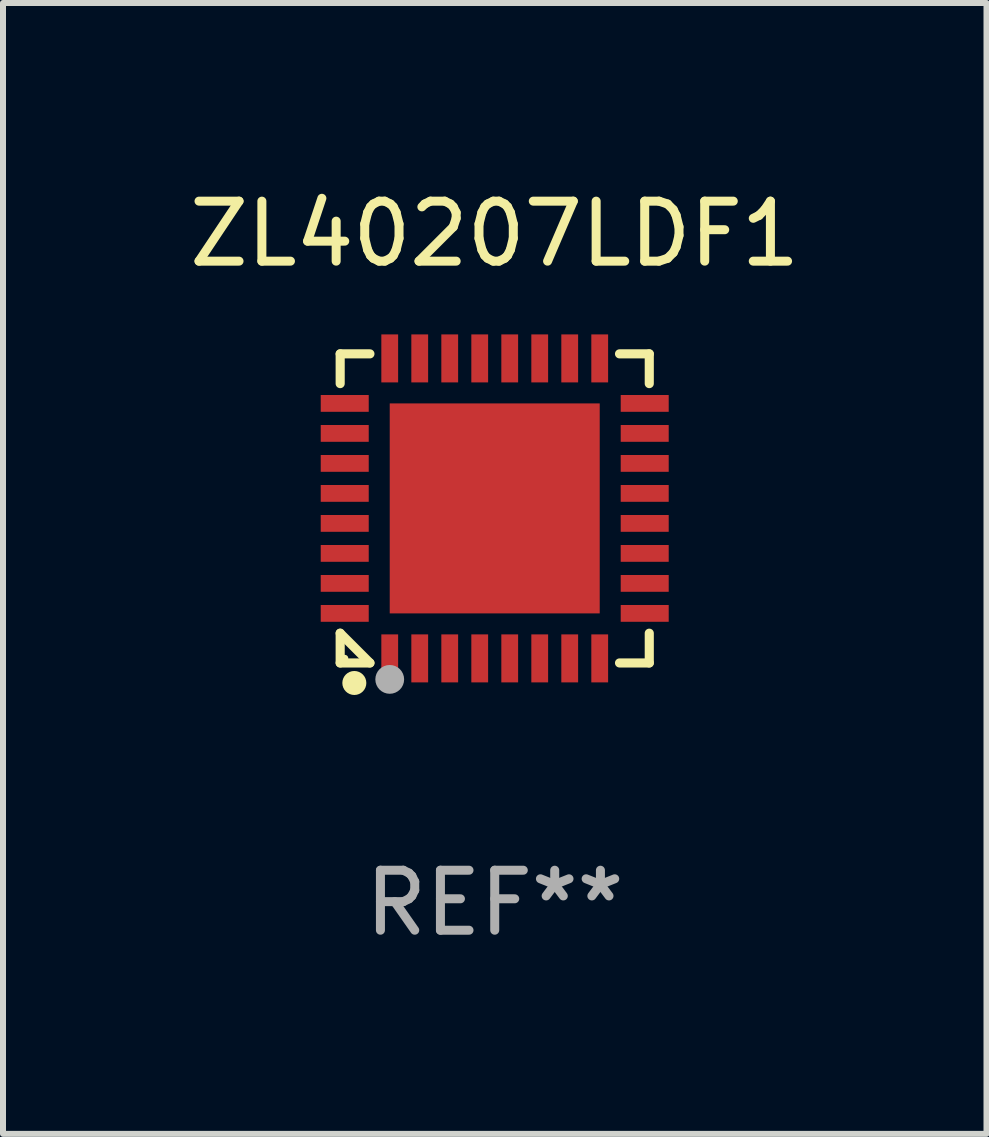
<source format=kicad_pcb>
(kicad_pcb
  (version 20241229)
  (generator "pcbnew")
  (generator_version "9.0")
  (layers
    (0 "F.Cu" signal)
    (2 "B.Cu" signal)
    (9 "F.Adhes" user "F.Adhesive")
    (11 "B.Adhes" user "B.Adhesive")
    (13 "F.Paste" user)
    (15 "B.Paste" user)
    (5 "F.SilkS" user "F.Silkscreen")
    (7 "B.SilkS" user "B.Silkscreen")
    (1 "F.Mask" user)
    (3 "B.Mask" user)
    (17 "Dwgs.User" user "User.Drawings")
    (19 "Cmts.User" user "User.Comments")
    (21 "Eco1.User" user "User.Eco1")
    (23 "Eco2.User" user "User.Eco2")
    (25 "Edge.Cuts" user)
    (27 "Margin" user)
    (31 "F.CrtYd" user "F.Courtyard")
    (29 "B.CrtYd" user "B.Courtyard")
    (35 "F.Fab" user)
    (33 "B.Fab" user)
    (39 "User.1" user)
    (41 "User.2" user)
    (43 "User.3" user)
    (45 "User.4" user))
  (footprint "ZL40207LDF1"
    (layer "F.Cu")
    (at 5.196 5.424)
    (property "Reference" "ZL40207LDF1" (at 0 -4.576 0) (layer "F.SilkS") (effects (font (size 1 1) (thickness 0.15))))
    (attr through_hole)
    (fp_line (start -2.576 -2.576) (end -2.08 -2.576) (stroke (width 0.152) (type solid)) (layer "F.SilkS"))
    (fp_line (start -2.576 -2.08) (end -2.576 -2.576) (stroke (width 0.152) (type solid)) (layer "F.SilkS"))
    (fp_line (start -2.576 2.08) (end -2.576 2.576) (stroke (width 0.152) (type solid)) (layer "F.SilkS"))
    (fp_line (start -2.576 2.08) (end -2.08 2.576) (stroke (width 0.152) (type solid)) (layer "F.SilkS"))
    (fp_line (start -2.576 2.576) (end -2.08 2.576) (stroke (width 0.152) (type solid)) (layer "F.SilkS"))
    (fp_line (start 2.576 -2.576) (end 2.08 -2.576) (stroke (width 0.152) (type solid)) (layer "F.SilkS"))
    (fp_line (start 2.576 -2.08) (end 2.576 -2.576) (stroke (width 0.152) (type solid)) (layer "F.SilkS"))
    (fp_line (start 2.576 2.08) (end 2.576 2.576) (stroke (width 0.152) (type solid)) (layer "F.SilkS"))
    (fp_line (start 2.576 2.576) (end 2.08 2.576) (stroke (width 0.152) (type solid)) (layer "F.SilkS"))
    (fp_circle (center -2.5 2.5) (end -2.47 2.5) (stroke (width 0.06) (type solid)) (fill no) (layer "F.SilkS"))
    (fp_circle (center -2.34 2.91) (end -2.24 2.91) (stroke (width 0.2) (type solid)) (fill no) (layer "F.SilkS"))
    (fp_circle (center -1.75 2.85) (end -1.63 2.85) (stroke (width 0.24) (type solid)) (fill no) (layer "F.Fab"))
    (fp_text user "REF**" (at 0 6.576 0) (layer "F.Fab") (effects (font (size 1 1) (thickness 0.15))))
    (pad "1" smd rect (at -1.75 2.5) (size 0.28 0.8) (layers "F.Cu" "F.Mask" "F.Paste"))
    (pad "2" smd rect (at -1.25 2.5) (size 0.28 0.8) (layers "F.Cu" "F.Mask" "F.Paste"))
    (pad "3" smd rect (at -0.75 2.5) (size 0.28 0.8) (layers "F.Cu" "F.Mask" "F.Paste"))
    (pad "4" smd rect (at -0.25 2.5) (size 0.28 0.8) (layers "F.Cu" "F.Mask" "F.Paste"))
    (pad "5" smd rect (at 0.25 2.5) (size 0.28 0.8) (layers "F.Cu" "F.Mask" "F.Paste"))
    (pad "6" smd rect (at 0.75 2.5) (size 0.28 0.8) (layers "F.Cu" "F.Mask" "F.Paste"))
    (pad "7" smd rect (at 1.25 2.5) (size 0.28 0.8) (layers "F.Cu" "F.Mask" "F.Paste"))
    (pad "8" smd rect (at 1.75 2.5) (size 0.28 0.8) (layers "F.Cu" "F.Mask" "F.Paste"))
    (pad "9" smd rect (at 2.5 1.75) (size 0.8 0.28) (layers "F.Cu" "F.Mask" "F.Paste"))
    (pad "10" smd rect (at 2.5 1.25) (size 0.8 0.28) (layers "F.Cu" "F.Mask" "F.Paste"))
    (pad "11" smd rect (at 2.5 0.75) (size 0.8 0.28) (layers "F.Cu" "F.Mask" "F.Paste"))
    (pad "12" smd rect (at 2.5 0.25) (size 0.8 0.28) (layers "F.Cu" "F.Mask" "F.Paste"))
    (pad "13" smd rect (at 2.5 -0.25) (size 0.8 0.28) (layers "F.Cu" "F.Mask" "F.Paste"))
    (pad "14" smd rect (at 2.5 -0.75) (size 0.8 0.28) (layers "F.Cu" "F.Mask" "F.Paste"))
    (pad "15" smd rect (at 2.5 -1.25) (size 0.8 0.28) (layers "F.Cu" "F.Mask" "F.Paste"))
    (pad "16" smd rect (at 2.5 -1.75) (size 0.8 0.28) (layers "F.Cu" "F.Mask" "F.Paste"))
    (pad "17" smd rect (at 1.75 -2.5) (size 0.28 0.8) (layers "F.Cu" "F.Mask" "F.Paste"))
    (pad "18" smd rect (at 1.25 -2.5) (size 0.28 0.8) (layers "F.Cu" "F.Mask" "F.Paste"))
    (pad "19" smd rect (at 0.75 -2.5) (size 0.28 0.8) (layers "F.Cu" "F.Mask" "F.Paste"))
    (pad "20" smd rect (at 0.25 -2.5) (size 0.28 0.8) (layers "F.Cu" "F.Mask" "F.Paste"))
    (pad "21" smd rect (at -0.25 -2.5) (size 0.28 0.8) (layers "F.Cu" "F.Mask" "F.Paste"))
    (pad "22" smd rect (at -0.75 -2.5) (size 0.28 0.8) (layers "F.Cu" "F.Mask" "F.Paste"))
    (pad "23" smd rect (at -1.25 -2.5) (size 0.28 0.8) (layers "F.Cu" "F.Mask" "F.Paste"))
    (pad "24" smd rect (at -1.75 -2.5) (size 0.28 0.8) (layers "F.Cu" "F.Mask" "F.Paste"))
    (pad "25" smd rect (at -2.5 -1.75) (size 0.8 0.28) (layers "F.Cu" "F.Mask" "F.Paste"))
    (pad "26" smd rect (at -2.5 -1.25) (size 0.8 0.28) (layers "F.Cu" "F.Mask" "F.Paste"))
    (pad "27" smd rect (at -2.5 -0.75) (size 0.8 0.28) (layers "F.Cu" "F.Mask" "F.Paste"))
    (pad "28" smd rect (at -2.5 -0.25) (size 0.8 0.28) (layers "F.Cu" "F.Mask" "F.Paste"))
    (pad "29" smd rect (at -2.5 0.25) (size 0.8 0.28) (layers "F.Cu" "F.Mask" "F.Paste"))
    (pad "30" smd rect (at -2.5 0.75) (size 0.8 0.28) (layers "F.Cu" "F.Mask" "F.Paste"))
    (pad "31" smd rect (at -2.5 1.25) (size 0.8 0.28) (layers "F.Cu" "F.Mask" "F.Paste"))
    (pad "32" smd rect (at -2.5 1.75) (size 0.8 0.28) (layers "F.Cu" "F.Mask" "F.Paste"))
    (pad "33" smd rect (at 0 0) (size 3.5 3.5) (layers "F.Cu" "F.Mask" "F.Paste")))
  (gr_rect
    (start -3 -3)
    (end 13.393 15.849)
    (stroke (width 0.1) (type default))
    (fill no)
    (layer "Edge.Cuts")))
</source>
